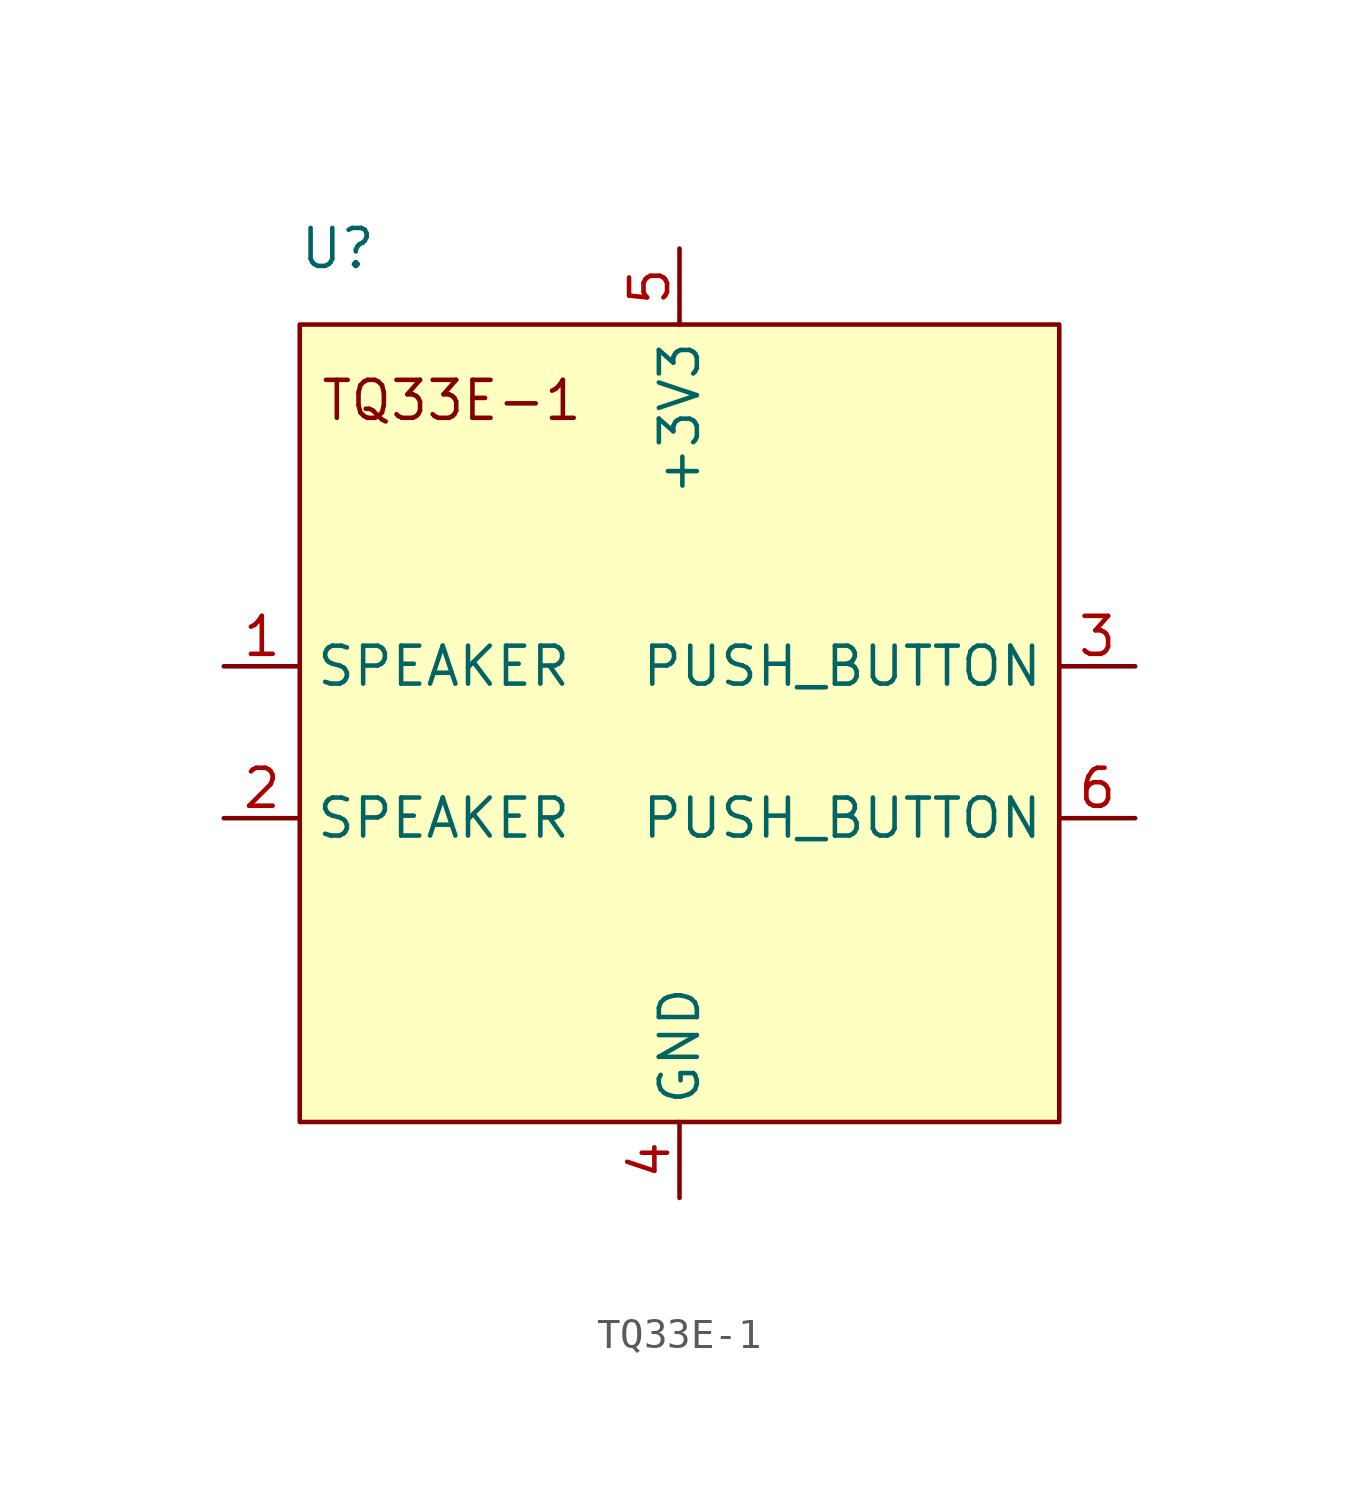
<source format=kicad_sym>
(kicad_symbol_lib
  (version 20220914)
  (generator kicad_symbol_editor)
  (symbol "TQ33E-1"
    (property "Reference" "U"
      (at -11.43 16.51 0)
      (effects (font (size 1.27 1.27))))
    (property "Value" ""
      (at 0 0 0)
      (effects (font (size 1.27 1.27))))
    (symbol "TQ33E-1_1_1"
      (rectangle (start -12.7 13.97) (end 12.7 -12.7) (stroke (width 0) (type default)) (fill (type background)))
      (text "TQ33E-1" (at -7.62 11.43 0) (effects (font (size 1.27 1.27))))
      (pin input line (at -15.24 2.54 0) (length 2.54) (name "SPEAKER" (effects (font (size 1.27 1.27)))) (number "1" (effects (font (size 1.27 1.27)))))
      (pin input line (at -15.24 -2.54 0) (length 2.54) (name "SPEAKER" (effects (font (size 1.27 1.27)))) (number "2" (effects (font (size 1.27 1.27)))))
      (pin input line (at 15.24 2.54 180) (length 2.54) (name "PUSH_BUTTON" (effects (font (size 1.27 1.27)))) (number "3" (effects (font (size 1.27 1.27)))))
      (pin power_in line (at 0 -15.24 90) (length 2.54) (name "GND" (effects (font (size 1.27 1.27)))) (number "4" (effects (font (size 1.27 1.27)))))
      (pin power_in line (at 0 16.51 270) (length 2.54) (name "+3V3" (effects (font (size 1.27 1.27)))) (number "5" (effects (font (size 1.27 1.27)))))
      (pin input line (at 15.24 -2.54 180) (length 2.54) (name "PUSH_BUTTON" (effects (font (size 1.27 1.27)))) (number "6" (effects (font (size 1.27 1.27))))))))
</source>
